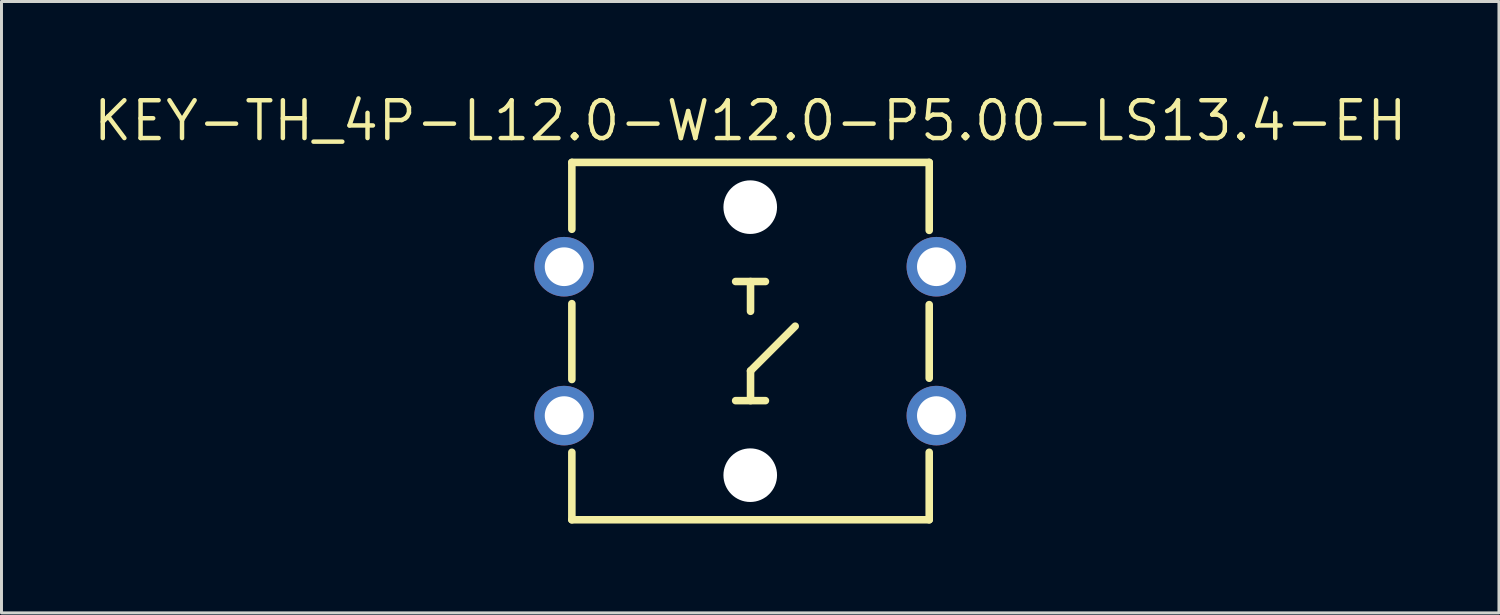
<source format=kicad_pcb>
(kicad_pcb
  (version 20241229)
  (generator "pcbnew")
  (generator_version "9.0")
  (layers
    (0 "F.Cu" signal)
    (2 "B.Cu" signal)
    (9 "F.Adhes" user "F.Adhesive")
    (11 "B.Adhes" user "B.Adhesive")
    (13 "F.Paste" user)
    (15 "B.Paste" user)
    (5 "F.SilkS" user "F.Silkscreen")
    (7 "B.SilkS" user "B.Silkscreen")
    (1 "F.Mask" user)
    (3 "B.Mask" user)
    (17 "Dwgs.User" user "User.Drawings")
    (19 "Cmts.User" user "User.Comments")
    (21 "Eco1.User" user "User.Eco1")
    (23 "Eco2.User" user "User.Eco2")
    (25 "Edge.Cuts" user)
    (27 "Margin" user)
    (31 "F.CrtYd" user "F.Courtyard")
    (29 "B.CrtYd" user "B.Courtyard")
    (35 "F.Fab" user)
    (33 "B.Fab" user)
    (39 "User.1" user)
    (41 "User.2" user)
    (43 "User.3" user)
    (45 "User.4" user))
  (footprint "KEY-TH_4P-L12.0-W12.0-P5.00-LS13.4-EH"
    (layer "F.Cu")
    (at 22.142 8.406)
    (property "Reference" "KEY-TH_4P-L12.0-W12.0-P5.00-LS13.4-EH" (at 0 -7.4 0) (layer "F.SilkS") (effects (font (size 1.27 1.27) (thickness 0.15))))
    (attr through_hole)
    (fp_line (start -5.99 -6.003) (end 6.01 -6.003) (stroke (width 0.254) (type solid)) (layer "F.SilkS"))
    (fp_line (start -5.99 -3.757) (end -5.99 -6.003) (stroke (width 0.254) (type solid)) (layer "F.SilkS"))
    (fp_line (start -5.99 -1.26) (end -5.99 1.287) (stroke (width 0.254) (type solid)) (layer "F.SilkS"))
    (fp_line (start -5.99 5.997) (end -5.99 3.731) (stroke (width 0.254) (type solid)) (layer "F.SilkS"))
    (fp_line (start -0.49 -2.003) (end 0.51 -2.003) (stroke (width 0.254) (type solid)) (layer "F.SilkS"))
    (fp_line (start -0.49 1.997) (end 0.51 1.997) (stroke (width 0.254) (type solid)) (layer "F.SilkS"))
    (fp_line (start 0.01 -1.003) (end 0.01 -2.003) (stroke (width 0.254) (type solid)) (layer "F.SilkS"))
    (fp_line (start 0.01 0.997) (end 1.51 -0.503) (stroke (width 0.254) (type solid)) (layer "F.SilkS"))
    (fp_line (start 0.01 1.997) (end 0.01 0.997) (stroke (width 0.254) (type solid)) (layer "F.SilkS"))
    (fp_line (start 6.01 -6.003) (end 6.01 -3.72) (stroke (width 0.254) (type solid)) (layer "F.SilkS"))
    (fp_line (start 6.01 -1.227) (end 6.01 1.244) (stroke (width 0.254) (type solid)) (layer "F.SilkS"))
    (fp_line (start 6.01 3.731) (end 6.01 5.997) (stroke (width 0.254) (type solid)) (layer "F.SilkS"))
    (fp_line (start 6.01 5.997) (end -5.99 5.997) (stroke (width 0.254) (type solid)) (layer "F.SilkS"))
    (fp_circle (center 0 -4.5) (end 0.4 -4.5) (stroke (width 0.8) (type solid)) (fill no) (layer "Cmts.User"))
    (fp_circle (center 0 4.5) (end 0.4 4.5) (stroke (width 0.8) (type solid)) (fill no) (layer "Cmts.User"))
    (pad "" np_thru_hole circle (at 0 -4.5) (size 1.8 1.8) (drill 1.8) (layers "*.Cu" "*.Mask"))
    (pad "" np_thru_hole circle (at 0 4.5) (size 1.8 1.8) (drill 1.8) (layers "*.Cu" "*.Mask"))
    (pad "1" thru_hole circle (at 6.25 2.5) (size 2 2) (drill 1.3) (layers "*.Cu" "*.Mask"))
    (pad "2" thru_hole circle (at -6.25 2.5) (size 2 2) (drill 1.3) (layers "*.Cu" "*.Mask"))
    (pad "3" thru_hole circle (at 6.25 -2.5) (size 2 2) (drill 1.3) (layers "*.Cu" "*.Mask"))
    (pad "4" thru_hole circle (at -6.25 -2.5) (size 2 2) (drill 1.3) (layers "*.Cu" "*.Mask")))
  (gr_rect
    (start -3 -3)
    (end 47.283 17.53)
    (stroke (width 0.1) (type default))
    (fill no)
    (layer "Edge.Cuts")))
</source>
